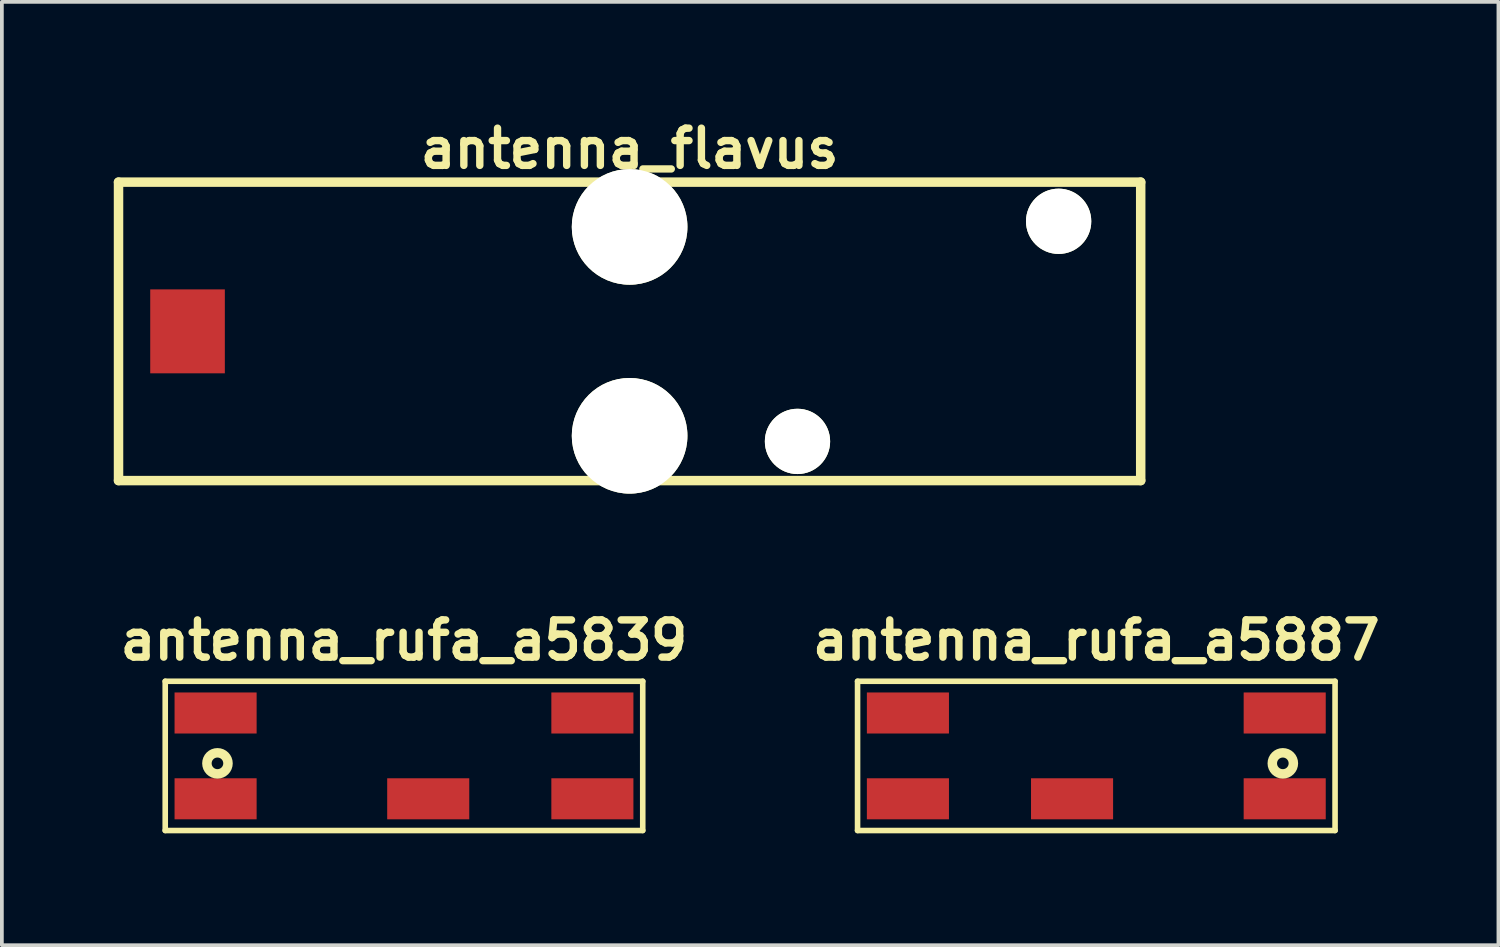
<source format=kicad_pcb>
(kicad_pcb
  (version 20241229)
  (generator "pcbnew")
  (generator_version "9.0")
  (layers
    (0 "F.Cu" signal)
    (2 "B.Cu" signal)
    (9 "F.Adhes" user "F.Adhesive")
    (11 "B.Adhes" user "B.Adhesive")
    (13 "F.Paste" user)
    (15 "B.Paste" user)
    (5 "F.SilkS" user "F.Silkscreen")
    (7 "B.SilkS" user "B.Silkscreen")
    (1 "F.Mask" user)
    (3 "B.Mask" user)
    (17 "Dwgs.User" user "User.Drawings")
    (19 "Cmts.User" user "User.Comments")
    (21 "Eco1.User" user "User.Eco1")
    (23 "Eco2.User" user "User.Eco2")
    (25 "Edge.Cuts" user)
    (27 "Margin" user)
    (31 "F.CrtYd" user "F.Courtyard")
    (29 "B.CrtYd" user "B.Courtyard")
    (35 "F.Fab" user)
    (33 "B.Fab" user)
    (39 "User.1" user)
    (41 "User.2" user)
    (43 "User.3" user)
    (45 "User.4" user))
  (footprint "antenna_rufa_a5839"
    (layer "F.Cu")
    (at 7.779 17.212)
    (property "Reference" "antenna_rufa_a5839" (at 0 -3.099 0) (layer "F.SilkS") (effects (font (size 0.998 0.998) (thickness 0.198))))
    (attr through_hole)
    (fp_line (start -6.4 -2) (end -6.4 2) (stroke (width 0.15) (type solid)) (layer "F.SilkS"))
    (fp_line (start -6.4 -2) (end 6.4 -2) (stroke (width 0.15) (type solid)) (layer "F.SilkS"))
    (fp_line (start -6.4 2) (end 6.4 2) (stroke (width 0.15) (type solid)) (layer "F.SilkS"))
    (fp_line (start 6.4 -2) (end 6.4 2) (stroke (width 0.15) (type solid)) (layer "F.SilkS"))
    (fp_circle (center -5 0.2) (end -5.2 0.4) (stroke (width 0.254) (type solid)) (fill no) (layer "F.SilkS"))
    (pad "" smd rect (at -5.05 -1.15) (size 2.2 1.1) (layers "F.Cu" "F.Mask" "F.Paste"))
    (pad "" smd rect (at 5.05 -1.15) (size 2.2 1.1) (layers "F.Cu" "F.Mask" "F.Paste"))
    (pad "" smd rect (at 5.05 1.15) (size 2.2 1.1) (layers "F.Cu" "F.Mask" "F.Paste"))
    (pad "1" smd rect (at -5.05 1.15) (size 2.2 1.1) (layers "F.Cu" "F.Mask" "F.Paste"))
    (pad "2" smd rect (at 0.65 1.15) (size 2.2 1.1) (layers "F.Cu" "F.Mask" "F.Paste")))
  (footprint "antenna_rufa_a5887"
    (layer "F.Cu")
    (at 26.337 17.212)
    (property "Reference" "antenna_rufa_a5887" (at 0 -3.099 0) (layer "F.SilkS") (effects (font (size 0.998 0.998) (thickness 0.198))))
    (attr through_hole)
    (fp_line (start -6.4 -2) (end -6.4 2) (stroke (width 0.15) (type solid)) (layer "F.SilkS"))
    (fp_line (start -6.4 -2) (end 6.4 -2) (stroke (width 0.15) (type solid)) (layer "F.SilkS"))
    (fp_line (start -6.4 2) (end 6.4 2) (stroke (width 0.15) (type solid)) (layer "F.SilkS"))
    (fp_line (start 6.4 -2) (end 6.4 2) (stroke (width 0.15) (type solid)) (layer "F.SilkS"))
    (fp_circle (center 5 0.2) (end 5.2 0.4) (stroke (width 0.254) (type solid)) (fill no) (layer "F.SilkS"))
    (pad "" smd rect (at -5.05 -1.15) (size 2.2 1.1) (layers "F.Cu" "F.Mask" "F.Paste"))
    (pad "" smd rect (at -5.05 1.15) (size 2.2 1.1) (layers "F.Cu" "F.Mask" "F.Paste"))
    (pad "" smd rect (at 5.05 -1.15) (size 2.2 1.1) (layers "F.Cu" "F.Mask" "F.Paste"))
    (pad "1" smd rect (at 5.05 1.15) (size 2.2 1.1) (layers "F.Cu" "F.Mask" "F.Paste"))
    (pad "2" smd rect (at -0.65 1.15) (size 2.2 1.1) (layers "F.Cu" "F.Mask" "F.Paste")))
  (footprint "antenna_flavus"
    (layer "F.Cu")
    (at 13.827 5.832)
    (property "Reference" "antenna_flavus" (at 0 -4.9 0) (layer "F.SilkS") (effects (font (size 0.998 0.998) (thickness 0.198))))
    (attr through_hole)
    (fp_line (start -13.7 -4) (end -13.7 4) (stroke (width 0.254) (type solid)) (layer "F.SilkS"))
    (fp_line (start -13.7 -4) (end 13.7 -4) (stroke (width 0.254) (type solid)) (layer "F.SilkS"))
    (fp_line (start -13.7 4) (end 13.7 4) (stroke (width 0.254) (type solid)) (layer "F.SilkS"))
    (fp_line (start 13.7 4) (end 13.7 -4) (stroke (width 0.254) (type solid)) (layer "F.SilkS"))
    (pad "" np_thru_hole circle (at 0 -2.8) (size 3.1 3.1) (drill 3.1) (layers "*.Cu" "*.Mask" "F.SilkS"))
    (pad "" np_thru_hole circle (at 0 2.8) (size 3.1 3.1) (drill 3.1) (layers "*.Cu" "*.Mask" "F.SilkS"))
    (pad "" np_thru_hole circle (at 4.5 2.95) (size 1.75 1.75) (drill 1.75) (layers "*.Cu" "*.Mask" "F.SilkS"))
    (pad "" np_thru_hole circle (at 11.5 -2.95) (size 1.75 1.75) (drill 1.75) (layers "*.Cu" "*.Mask" "F.SilkS"))
    (pad "1" smd rect (at -11.85 0) (size 2 2.25) (layers "F.Cu" "F.Mask")))
  (gr_rect
    (start -3 -3)
    (end 37.116 22.287)
    (stroke (width 0.1) (type default))
    (fill no)
    (layer "Edge.Cuts")))
</source>
